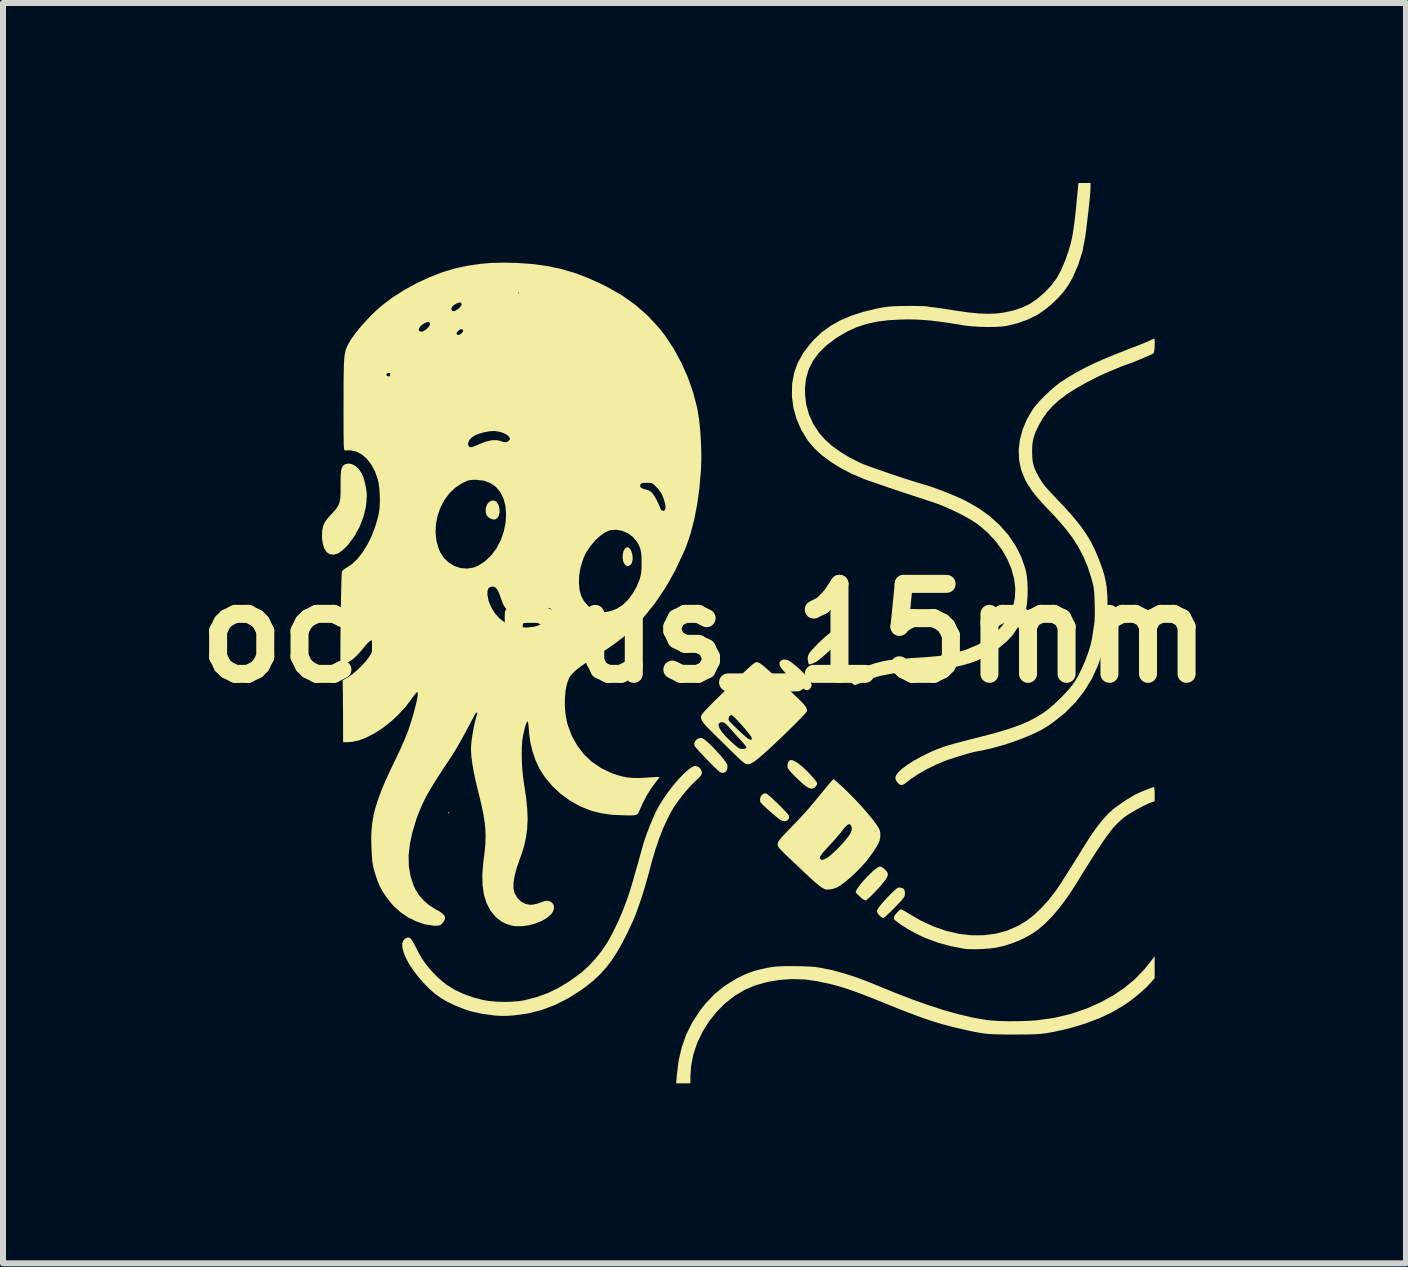
<source format=kicad_pcb>
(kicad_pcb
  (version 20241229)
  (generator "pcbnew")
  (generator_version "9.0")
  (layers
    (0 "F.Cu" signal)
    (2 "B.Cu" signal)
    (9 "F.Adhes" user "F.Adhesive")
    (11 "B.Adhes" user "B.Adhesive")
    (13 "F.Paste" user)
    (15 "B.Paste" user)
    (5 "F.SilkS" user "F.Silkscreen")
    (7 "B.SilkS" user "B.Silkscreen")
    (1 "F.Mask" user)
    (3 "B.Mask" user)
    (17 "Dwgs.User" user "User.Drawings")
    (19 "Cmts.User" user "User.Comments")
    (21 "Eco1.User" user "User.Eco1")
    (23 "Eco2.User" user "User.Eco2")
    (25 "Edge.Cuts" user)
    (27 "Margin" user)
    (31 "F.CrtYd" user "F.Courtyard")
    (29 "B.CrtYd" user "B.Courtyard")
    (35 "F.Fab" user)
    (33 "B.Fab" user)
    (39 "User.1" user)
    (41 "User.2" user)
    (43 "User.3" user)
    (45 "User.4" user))
  (footprint "octopus_15mm"
    (layer "F.Cu")
    (at 8.693 7.504)
    (property "Reference" "octopus_15mm" (at 0 0 0) (layer "F.SilkS") (effects (font (size 1.5 1.5) (thickness 0.3))))
    (attr board_only exclude_from_pos_files exclude_from_bom)
    (fp_poly (pts (xy -4.255 2.985) (xy -4.258 2.99) (xy -4.272 3.004) (xy -4.274 3.005) (xy -4.275 2.995) (xy -4.272 2.99) (xy -4.259 2.976) (xy -4.256 2.975)) (stroke (width 0) (type solid)) (fill yes) (layer "F.SilkS"))
    (fp_poly (pts (xy -1.267 -1.428) (xy -1.239 -1.403) (xy -1.217 -1.362) (xy -1.203 -1.31) (xy -1.197 -1.254) (xy -1.202 -1.201) (xy -1.219 -1.157) (xy -1.24 -1.133) (xy -1.275 -1.116) (xy -1.304 -1.123) (xy -1.333 -1.153) (xy -1.355 -1.197) (xy -1.364 -1.253) (xy -1.362 -1.313) (xy -1.35 -1.368) (xy -1.328 -1.41) (xy -1.3 -1.43)) (stroke (width 0) (type solid)) (fill yes) (layer "F.SilkS"))
    (fp_poly (pts (xy -3.471 -2.193) (xy -3.466 -2.189) (xy -3.434 -2.139) (xy -3.417 -2.075) (xy -3.416 -2.009) (xy -3.433 -1.95) (xy -3.445 -1.929) (xy -3.482 -1.898) (xy -3.526 -1.894) (xy -3.579 -1.915) (xy -3.587 -1.92) (xy -3.626 -1.955) (xy -3.646 -2.003) (xy -3.647 -2.068) (xy -3.645 -2.086) (xy -3.627 -2.141) (xy -3.595 -2.182) (xy -3.555 -2.207) (xy -3.511 -2.212)) (stroke (width 0) (type solid)) (fill yes) (layer "F.SilkS"))
    (fp_poly (pts (xy 1.465 2.117) (xy 1.515 2.139) (xy 1.576 2.18) (xy 1.646 2.239) (xy 1.722 2.311) (xy 1.8 2.396) (xy 1.812 2.409) (xy 1.849 2.454) (xy 1.87 2.484) (xy 1.878 2.505) (xy 1.875 2.523) (xy 1.868 2.537) (xy 1.834 2.579) (xy 1.791 2.594) (xy 1.738 2.581) (xy 1.691 2.552) (xy 1.638 2.509) (xy 1.58 2.458) (xy 1.523 2.403) (xy 1.469 2.348) (xy 1.425 2.299) (xy 1.395 2.259) (xy 1.384 2.238) (xy 1.383 2.191) (xy 1.397 2.148) (xy 1.423 2.119) (xy 1.429 2.116)) (stroke (width 0) (type solid)) (fill yes) (layer "F.SilkS"))
    (fp_poly (pts (xy 1.038 2.678) (xy 1.073 2.705) (xy 1.119 2.745) (xy 1.172 2.795) (xy 1.229 2.849) (xy 1.284 2.904) (xy 1.334 2.956) (xy 1.375 3.001) (xy 1.402 3.034) (xy 1.411 3.049) (xy 1.408 3.087) (xy 1.384 3.119) (xy 1.346 3.135) (xy 1.337 3.136) (xy 1.298 3.127) (xy 1.256 3.106) (xy 1.253 3.104) (xy 1.206 3.068) (xy 1.152 3.023) (xy 1.094 2.974) (xy 1.039 2.924) (xy 0.99 2.879) (xy 0.953 2.841) (xy 0.933 2.817) (xy 0.93 2.812) (xy 0.925 2.759) (xy 0.942 2.713) (xy 0.976 2.68) (xy 1.02 2.668)) (stroke (width 0) (type solid)) (fill yes) (layer "F.SilkS"))
    (fp_poly (pts (xy 1.365 0.443) (xy 1.397 0.454) (xy 1.436 0.478) (xy 1.489 0.518) (xy 1.498 0.525) (xy 1.578 0.594) (xy 1.651 0.664) (xy 1.713 0.733) (xy 1.757 0.793) (xy 1.771 0.818) (xy 1.786 0.854) (xy 1.785 0.88) (xy 1.773 0.906) (xy 1.748 0.938) (xy 1.717 0.95) (xy 1.678 0.942) (xy 1.626 0.912) (xy 1.565 0.867) (xy 1.5 0.811) (xy 1.434 0.75) (xy 1.373 0.689) (xy 1.32 0.632) (xy 1.279 0.582) (xy 1.256 0.546) (xy 1.252 0.536) (xy 1.251 0.488) (xy 1.274 0.455) (xy 1.319 0.44) (xy 1.333 0.44)) (stroke (width 0) (type solid)) (fill yes) (layer "F.SilkS"))
    (fp_poly (pts (xy -0.041 1.749) (xy -0.011 1.765) (xy 0.033 1.8) (xy 0.086 1.848) (xy 0.145 1.906) (xy 0.205 1.97) (xy 0.263 2.033) (xy 0.313 2.093) (xy 0.352 2.145) (xy 0.376 2.184) (xy 0.382 2.2) (xy 0.381 2.261) (xy 0.36 2.305) (xy 0.321 2.327) (xy 0.296 2.33) (xy 0.278 2.326) (xy 0.254 2.312) (xy 0.221 2.285) (xy 0.176 2.243) (xy 0.117 2.185) (xy 0.051 2.118) (xy -0.012 2.051) (xy -0.069 1.991) (xy -0.115 1.94) (xy -0.148 1.902) (xy -0.165 1.881) (xy -0.166 1.879) (xy -0.171 1.837) (xy -0.153 1.797) (xy -0.12 1.764) (xy -0.077 1.748)) (stroke (width 0) (type solid)) (fill yes) (layer "F.SilkS"))
    (fp_poly (pts (xy 2.975 3.911) (xy 2.996 3.929) (xy 3.038 3.971) (xy 3.057 4.008) (xy 3.053 4.048) (xy 3.027 4.096) (xy 3.003 4.129) (xy 2.958 4.185) (xy 2.907 4.244) (xy 2.853 4.303) (xy 2.799 4.358) (xy 2.752 4.404) (xy 2.713 4.438) (xy 2.688 4.455) (xy 2.683 4.456) (xy 2.661 4.446) (xy 2.625 4.422) (xy 2.59 4.392) (xy 2.554 4.358) (xy 2.529 4.331) (xy 2.521 4.318) (xy 2.531 4.286) (xy 2.56 4.24) (xy 2.602 4.184) (xy 2.654 4.123) (xy 2.711 4.06) (xy 2.77 4.002) (xy 2.825 3.951) (xy 2.874 3.914) (xy 2.911 3.893) (xy 2.912 3.893) (xy 2.94 3.892)) (stroke (width 0) (type solid)) (fill yes) (layer "F.SilkS"))
    (fp_poly (pts (xy 2.301 -0.067) (xy 2.339 -0.042) (xy 2.357 -0.008) (xy 2.357 0.008) (xy 2.345 0.028) (xy 2.314 0.064) (xy 2.269 0.112) (xy 2.213 0.168) (xy 2.151 0.229) (xy 2.085 0.29) (xy 2.02 0.349) (xy 1.96 0.402) (xy 1.909 0.444) (xy 1.87 0.473) (xy 1.854 0.482) (xy 1.798 0.508) (xy 1.762 0.52) (xy 1.741 0.517) (xy 1.731 0.496) (xy 1.724 0.458) (xy 1.723 0.453) (xy 1.72 0.418) (xy 1.724 0.386) (xy 1.736 0.354) (xy 1.759 0.318) (xy 1.796 0.273) (xy 1.85 0.217) (xy 1.915 0.151) (xy 2.016 0.057) (xy 2.102 -0.012) (xy 2.175 -0.056) (xy 2.235 -0.075) (xy 2.25 -0.076)) (stroke (width 0) (type solid)) (fill yes) (layer "F.SilkS"))
    (fp_poly (pts (xy 3.272 4.242) (xy 3.312 4.255) (xy 3.333 4.279) (xy 3.341 4.322) (xy 3.341 4.342) (xy 3.34 4.364) (xy 3.334 4.386) (xy 3.319 4.41) (xy 3.294 4.442) (xy 3.256 4.485) (xy 3.201 4.543) (xy 3.171 4.573) (xy 3.113 4.632) (xy 3.061 4.682) (xy 3.019 4.72) (xy 2.99 4.743) (xy 2.979 4.749) (xy 2.956 4.739) (xy 2.925 4.715) (xy 2.916 4.706) (xy 2.888 4.672) (xy 2.874 4.64) (xy 2.873 4.633) (xy 2.883 4.607) (xy 2.911 4.564) (xy 2.954 4.51) (xy 3.009 4.448) (xy 3.071 4.382) (xy 3.135 4.318) (xy 3.181 4.276) (xy 3.213 4.251) (xy 3.237 4.24) (xy 3.26 4.24)) (stroke (width 0) (type solid)) (fill yes) (layer "F.SilkS"))
    (fp_poly (pts (xy -5.878 -2.818) (xy -5.816 -2.785) (xy -5.759 -2.731) (xy -5.712 -2.66) (xy -5.71 -2.656) (xy -5.683 -2.59) (xy -5.66 -2.507) (xy -5.641 -2.416) (xy -5.63 -2.33) (xy -5.628 -2.285) (xy -5.642 -2.119) (xy -5.681 -1.95) (xy -5.744 -1.784) (xy -5.828 -1.627) (xy -5.931 -1.485) (xy -5.96 -1.453) (xy -6.039 -1.376) (xy -6.112 -1.328) (xy -6.181 -1.308) (xy -6.245 -1.316) (xy -6.253 -1.319) (xy -6.3 -1.353) (xy -6.337 -1.411) (xy -6.362 -1.489) (xy -6.375 -1.583) (xy -6.376 -1.619) (xy -6.372 -1.711) (xy -6.357 -1.785) (xy -6.328 -1.85) (xy -6.281 -1.915) (xy -6.23 -1.972) (xy -6.173 -2.032) (xy -6.13 -2.085) (xy -6.101 -2.135) (xy -6.081 -2.189) (xy -6.07 -2.253) (xy -6.066 -2.333) (xy -6.066 -2.434) (xy -6.066 -2.457) (xy -6.066 -2.567) (xy -6.063 -2.652) (xy -6.056 -2.715) (xy -6.043 -2.759) (xy -6.025 -2.79) (xy -6.001 -2.811) (xy -5.997 -2.813) (xy -5.939 -2.828)) (stroke (width 0) (type solid)) (fill yes) (layer "F.SilkS"))
    (fp_poly (pts (xy 2.165 2.443) (xy 2.197 2.469) (xy 2.241 2.509) (xy 2.295 2.558) (xy 2.33 2.591) (xy 2.414 2.673) (xy 2.504 2.765) (xy 2.594 2.862) (xy 2.68 2.958) (xy 2.758 3.05) (xy 2.823 3.131) (xy 2.872 3.197) (xy 2.872 3.198) (xy 2.904 3.249) (xy 2.922 3.289) (xy 2.93 3.328) (xy 2.931 3.37) (xy 2.928 3.414) (xy 2.918 3.459) (xy 2.898 3.507) (xy 2.865 3.565) (xy 2.819 3.637) (xy 2.764 3.714) (xy 2.697 3.801) (xy 2.617 3.892) (xy 2.529 3.982) (xy 2.439 4.067) (xy 2.351 4.141) (xy 2.271 4.201) (xy 2.213 4.236) (xy 2.151 4.26) (xy 2.085 4.272) (xy 2.028 4.272) (xy 2.015 4.27) (xy 1.986 4.258) (xy 1.951 4.237) (xy 1.907 4.205) (xy 1.851 4.159) (xy 1.782 4.097) (xy 1.696 4.018) (xy 1.641 3.966) (xy 1.574 3.902) (xy 1.497 3.83) (xy 1.424 3.76) (xy 1.409 3.747) (xy 1.923 3.747) (xy 1.926 3.761) (xy 1.946 3.779) (xy 1.985 3.775) (xy 2.04 3.748) (xy 2.053 3.74) (xy 2.098 3.705) (xy 2.154 3.655) (xy 2.217 3.595) (xy 2.28 3.529) (xy 2.338 3.463) (xy 2.387 3.404) (xy 2.422 3.355) (xy 2.431 3.338) (xy 2.452 3.289) (xy 2.456 3.253) (xy 2.451 3.228) (xy 2.434 3.194) (xy 2.411 3.183) (xy 2.38 3.197) (xy 2.34 3.236) (xy 2.301 3.286) (xy 2.258 3.339) (xy 2.202 3.405) (xy 2.141 3.475) (xy 2.086 3.535) (xy 2.021 3.605) (xy 1.974 3.658) (xy 1.944 3.697) (xy 1.928 3.725) (xy 1.923 3.747) (xy 1.409 3.747) (xy 1.391 3.729) (xy 1.339 3.679) (xy 1.293 3.632) (xy 1.258 3.596) (xy 1.241 3.576) (xy 1.226 3.551) (xy 1.218 3.527) (xy 1.22 3.502) (xy 1.233 3.472) (xy 1.26 3.434) (xy 1.302 3.385) (xy 1.362 3.322) (xy 1.44 3.242) (xy 1.441 3.241) (xy 1.513 3.166) (xy 1.578 3.098) (xy 1.638 3.033) (xy 1.698 2.967) (xy 1.76 2.895) (xy 1.829 2.813) (xy 1.909 2.717) (xy 2.002 2.603) (xy 2.019 2.582) (xy 2.065 2.526) (xy 2.105 2.48) (xy 2.134 2.448) (xy 2.15 2.433) (xy 2.151 2.433)) (stroke (width 0) (type solid)) (fill yes) (layer "F.SilkS"))
    (fp_poly (pts (xy 7.498 2.578) (xy 7.502 2.614) (xy 7.504 2.666) (xy 7.504 2.683) (xy 7.504 2.801) (xy 7.457 2.817) (xy 7.393 2.843) (xy 7.314 2.881) (xy 7.227 2.927) (xy 7.141 2.975) (xy 7.063 3.023) (xy 7.002 3.064) (xy 6.999 3.067) (xy 6.938 3.119) (xy 6.872 3.181) (xy 6.815 3.242) (xy 6.81 3.247) (xy 6.757 3.315) (xy 6.691 3.405) (xy 6.615 3.516) (xy 6.529 3.645) (xy 6.437 3.788) (xy 6.339 3.944) (xy 6.237 4.11) (xy 6.221 4.137) (xy 6.083 4.352) (xy 5.945 4.542) (xy 5.807 4.709) (xy 5.67 4.848) (xy 5.555 4.946) (xy 5.429 5.03) (xy 5.283 5.106) (xy 5.127 5.17) (xy 4.968 5.219) (xy 4.837 5.246) (xy 4.751 5.256) (xy 4.654 5.263) (xy 4.554 5.268) (xy 4.46 5.268) (xy 4.38 5.266) (xy 4.331 5.261) (xy 4.099 5.216) (xy 3.885 5.157) (xy 3.682 5.081) (xy 3.596 5.042) (xy 3.518 5.003) (xy 3.437 4.959) (xy 3.359 4.913) (xy 3.288 4.868) (xy 3.228 4.826) (xy 3.184 4.792) (xy 3.16 4.766) (xy 3.158 4.762) (xy 3.159 4.727) (xy 3.168 4.708) (xy 3.205 4.662) (xy 3.24 4.626) (xy 3.267 4.605) (xy 3.276 4.602) (xy 3.295 4.61) (xy 3.331 4.63) (xy 3.378 4.658) (xy 3.386 4.663) (xy 3.599 4.788) (xy 3.813 4.888) (xy 4.028 4.962) (xy 4.242 5.012) (xy 4.453 5.036) (xy 4.658 5.035) (xy 4.857 5.009) (xy 5.047 4.957) (xy 5.227 4.879) (xy 5.371 4.792) (xy 5.489 4.7) (xy 5.611 4.585) (xy 5.731 4.454) (xy 5.843 4.312) (xy 5.943 4.166) (xy 5.945 4.162) (xy 5.976 4.112) (xy 6.018 4.046) (xy 6.065 3.972) (xy 6.111 3.899) (xy 6.111 3.899) (xy 6.162 3.819) (xy 6.217 3.73) (xy 6.27 3.645) (xy 6.307 3.584) (xy 6.422 3.402) (xy 6.529 3.247) (xy 6.63 3.118) (xy 6.725 3.013) (xy 6.806 2.94) (xy 6.879 2.884) (xy 6.965 2.823) (xy 7.055 2.764) (xy 7.14 2.713) (xy 7.193 2.684) (xy 7.233 2.665) (xy 7.285 2.642) (xy 7.344 2.618) (xy 7.401 2.596) (xy 7.45 2.578) (xy 7.483 2.567) (xy 7.493 2.565)) (stroke (width 0) (type solid)) (fill yes) (layer "F.SilkS"))
    (fp_poly (pts (xy -0.106 2.226) (xy -0.067 2.26) (xy -0.046 2.305) (xy -0.044 2.322) (xy -0.047 2.347) (xy -0.059 2.372) (xy -0.084 2.402) (xy -0.125 2.442) (xy -0.15 2.465) (xy -0.22 2.533) (xy -0.296 2.618) (xy -0.374 2.711) (xy -0.446 2.807) (xy -0.508 2.896) (xy -0.547 2.961) (xy -0.624 3.11) (xy -0.694 3.264) (xy -0.758 3.428) (xy -0.818 3.606) (xy -0.877 3.804) (xy -0.921 3.972) (xy -0.955 4.096) (xy -0.993 4.228) (xy -1.034 4.362) (xy -1.077 4.491) (xy -1.118 4.609) (xy -1.156 4.711) (xy -1.187 4.785) (xy -1.281 4.988) (xy -1.372 5.166) (xy -1.461 5.322) (xy -1.551 5.459) (xy -1.645 5.581) (xy -1.745 5.691) (xy -1.853 5.792) (xy -1.972 5.888) (xy -2.056 5.949) (xy -2.273 6.087) (xy -2.49 6.196) (xy -2.71 6.28) (xy -2.937 6.338) (xy -3.175 6.371) (xy -3.29 6.379) (xy -3.351 6.38) (xy -3.424 6.378) (xy -3.495 6.373) (xy -3.496 6.373) (xy -3.709 6.345) (xy -3.902 6.301) (xy -4.012 6.264) (xy -4.162 6.204) (xy -4.289 6.143) (xy -4.4 6.077) (xy -4.502 6.003) (xy -4.6 5.915) (xy -4.661 5.852) (xy -4.761 5.741) (xy -4.847 5.63) (xy -4.918 5.523) (xy -4.974 5.422) (xy -5.013 5.329) (xy -5.035 5.246) (xy -5.038 5.177) (xy -5.02 5.124) (xy -4.996 5.096) (xy -4.96 5.076) (xy -4.929 5.073) (xy -4.9 5.09) (xy -4.869 5.129) (xy -4.833 5.194) (xy -4.817 5.225) (xy -4.762 5.334) (xy -4.709 5.425) (xy -4.654 5.505) (xy -4.59 5.585) (xy -4.557 5.624) (xy -4.434 5.75) (xy -4.306 5.855) (xy -4.169 5.942) (xy -4.017 6.014) (xy -3.846 6.074) (xy -3.702 6.112) (xy -3.6 6.13) (xy -3.479 6.142) (xy -3.349 6.146) (xy -3.218 6.144) (xy -3.097 6.134) (xy -3.005 6.12) (xy -2.805 6.069) (xy -2.616 6.001) (xy -2.435 5.914) (xy -2.254 5.804) (xy -2.069 5.67) (xy -2.04 5.647) (xy -1.934 5.552) (xy -1.826 5.436) (xy -1.724 5.31) (xy -1.635 5.181) (xy -1.61 5.141) (xy -1.522 4.979) (xy -1.435 4.797) (xy -1.353 4.604) (xy -1.281 4.41) (xy -1.221 4.225) (xy -1.22 4.221) (xy -1.185 4.102) (xy -1.148 3.97) (xy -1.109 3.835) (xy -1.073 3.705) (xy -1.041 3.591) (xy -1.032 3.557) (xy -1.002 3.457) (xy -0.961 3.341) (xy -0.914 3.218) (xy -0.864 3.097) (xy -0.815 2.986) (xy -0.814 2.985) (xy -0.765 2.891) (xy -0.705 2.791) (xy -0.637 2.691) (xy -0.564 2.592) (xy -0.488 2.498) (xy -0.413 2.413) (xy -0.341 2.339) (xy -0.274 2.279) (xy -0.216 2.237) (xy -0.169 2.215) (xy -0.154 2.213)) (stroke (width 0) (type solid)) (fill yes) (layer "F.SilkS"))
    (fp_poly (pts (xy 7.504 5.568) (xy 7.504 5.75) (xy 7.435 5.83) (xy 7.375 5.894) (xy 7.296 5.967) (xy 7.205 6.044) (xy 7.108 6.12) (xy 7.013 6.188) (xy 6.977 6.212) (xy 6.784 6.324) (xy 6.568 6.424) (xy 6.333 6.512) (xy 6.082 6.587) (xy 5.821 6.646) (xy 5.723 6.664) (xy 5.667 6.672) (xy 5.609 6.679) (xy 5.545 6.684) (xy 5.47 6.687) (xy 5.379 6.689) (xy 5.267 6.69) (xy 5.144 6.69) (xy 5.011 6.69) (xy 4.9 6.688) (xy 4.806 6.685) (xy 4.722 6.679) (xy 4.642 6.67) (xy 4.561 6.657) (xy 4.471 6.64) (xy 4.366 6.617) (xy 4.241 6.588) (xy 4.206 6.58) (xy 4.095 6.553) (xy 3.99 6.525) (xy 3.886 6.495) (xy 3.78 6.462) (xy 3.669 6.425) (xy 3.548 6.381) (xy 3.413 6.33) (xy 3.26 6.271) (xy 3.086 6.201) (xy 3.027 6.177) (xy 2.857 6.109) (xy 2.71 6.051) (xy 2.582 6.002) (xy 2.469 5.961) (xy 2.368 5.926) (xy 2.275 5.896) (xy 2.185 5.871) (xy 2.094 5.848) (xy 2 5.827) (xy 1.898 5.806) (xy 1.876 5.801) (xy 1.667 5.772) (xy 1.454 5.766) (xy 1.242 5.781) (xy 1.036 5.817) (xy 0.841 5.873) (xy 0.674 5.944) (xy 0.503 6.045) (xy 0.344 6.17) (xy 0.201 6.314) (xy 0.074 6.474) (xy -0.034 6.647) (xy -0.121 6.83) (xy -0.185 7.019) (xy -0.223 7.212) (xy -0.234 7.383) (xy -0.235 7.504) (xy -0.353 7.504) (xy -0.472 7.504) (xy -0.462 7.376) (xy -0.432 7.13) (xy -0.379 6.902) (xy -0.303 6.689) (xy -0.203 6.487) (xy -0.077 6.294) (xy 0.017 6.174) (xy 0.172 6.012) (xy 0.346 5.873) (xy 0.538 5.755) (xy 0.568 5.74) (xy 0.663 5.694) (xy 0.747 5.659) (xy 0.829 5.631) (xy 0.922 5.606) (xy 1.004 5.588) (xy 1.07 5.574) (xy 1.128 5.565) (xy 1.185 5.558) (xy 1.248 5.554) (xy 1.324 5.551) (xy 1.419 5.55) (xy 1.473 5.55) (xy 1.625 5.552) (xy 1.751 5.557) (xy 1.856 5.566) (xy 1.916 5.575) (xy 2.115 5.614) (xy 2.329 5.672) (xy 2.552 5.744) (xy 2.778 5.831) (xy 2.829 5.852) (xy 3.153 5.985) (xy 3.455 6.102) (xy 3.736 6.202) (xy 3.996 6.286) (xy 4.236 6.353) (xy 4.458 6.405) (xy 4.663 6.442) (xy 4.713 6.449) (xy 4.815 6.459) (xy 4.939 6.465) (xy 5.076 6.469) (xy 5.22 6.468) (xy 5.362 6.464) (xy 5.496 6.457) (xy 5.531 6.454) (xy 5.819 6.415) (xy 6.103 6.348) (xy 6.379 6.253) (xy 6.596 6.157) (xy 6.809 6.041) (xy 6.997 5.914) (xy 7.167 5.774) (xy 7.323 5.614) (xy 7.47 5.432) (xy 7.471 5.43) (xy 7.503 5.386)) (stroke (width 0) (type solid)) (fill yes) (layer "F.SilkS"))
    (fp_poly (pts (xy 0.887 0.487) (xy 0.913 0.497) (xy 0.944 0.516) (xy 0.984 0.546) (xy 1.035 0.59) (xy 1.1 0.648) (xy 1.18 0.724) (xy 1.261 0.802) (xy 1.336 0.874) (xy 1.41 0.945) (xy 1.478 1.01) (xy 1.536 1.065) (xy 1.578 1.105) (xy 1.588 1.115) (xy 1.655 1.182) (xy 1.695 1.238) (xy 1.71 1.283) (xy 1.708 1.303) (xy 1.695 1.321) (xy 1.664 1.356) (xy 1.617 1.405) (xy 1.557 1.466) (xy 1.488 1.536) (xy 1.411 1.612) (xy 1.33 1.691) (xy 1.248 1.77) (xy 1.167 1.846) (xy 1.091 1.917) (xy 1.07 1.936) (xy 0.982 2.016) (xy 0.911 2.077) (xy 0.855 2.122) (xy 0.81 2.153) (xy 0.774 2.172) (xy 0.744 2.182) (xy 0.722 2.184) (xy 0.704 2.182) (xy 0.685 2.177) (xy 0.663 2.164) (xy 0.635 2.143) (xy 0.597 2.11) (xy 0.547 2.063) (xy 0.482 2) (xy 0.412 1.931) (xy 0.338 1.858) (xy 0.269 1.79) (xy 0.208 1.73) (xy 0.158 1.681) (xy 0.123 1.647) (xy 0.111 1.634) (xy 0.041 1.564) (xy 0.023 1.543) (xy 0.235 1.543) (xy 0.254 1.592) (xy 0.294 1.652) (xy 0.355 1.723) (xy 0.421 1.788) (xy 0.474 1.836) (xy 0.521 1.878) (xy 0.558 1.907) (xy 0.579 1.921) (xy 0.617 1.93) (xy 0.657 1.929) (xy 0.689 1.92) (xy 0.7 1.909) (xy 0.693 1.892) (xy 0.669 1.859) (xy 0.633 1.815) (xy 0.598 1.777) (xy 0.544 1.719) (xy 0.488 1.657) (xy 0.439 1.602) (xy 0.42 1.58) (xy 0.371 1.527) (xy 0.333 1.495) (xy 0.299 1.483) (xy 0.265 1.487) (xy 0.264 1.488) (xy 0.238 1.508) (xy 0.235 1.543) (xy 0.023 1.543) (xy -0.008 1.508) (xy -0.039 1.463) (xy -0.049 1.441) (xy 0.4 1.441) (xy 0.402 1.448) (xy 0.415 1.466) (xy 0.446 1.5) (xy 0.489 1.544) (xy 0.54 1.593) (xy 0.594 1.644) (xy 0.646 1.691) (xy 0.691 1.731) (xy 0.726 1.758) (xy 0.731 1.762) (xy 0.766 1.777) (xy 0.787 1.771) (xy 0.788 1.746) (xy 0.778 1.726) (xy 0.752 1.689) (xy 0.714 1.641) (xy 0.668 1.586) (xy 0.618 1.529) (xy 0.568 1.473) (xy 0.522 1.425) (xy 0.485 1.388) (xy 0.46 1.367) (xy 0.452 1.363) (xy 0.424 1.376) (xy 0.405 1.406) (xy 0.4 1.441) (xy -0.049 1.441) (xy -0.055 1.427) (xy -0.059 1.401) (xy -0.057 1.388) (xy -0.053 1.373) (xy -0.042 1.355) (xy -0.024 1.331) (xy 0.003 1.299) (xy 0.041 1.259) (xy 0.092 1.206) (xy 0.157 1.14) (xy 0.24 1.059) (xy 0.34 0.96) (xy 0.384 0.917) (xy 0.496 0.808) (xy 0.589 0.717) (xy 0.666 0.644) (xy 0.727 0.587) (xy 0.775 0.544) (xy 0.811 0.514) (xy 0.837 0.495) (xy 0.855 0.486) (xy 0.865 0.484)) (stroke (width 0) (type solid)) (fill yes) (layer "F.SilkS"))
    (fp_poly (pts (xy 7.502 -4.897) (xy 7.505 -4.863) (xy 7.505 -4.816) (xy 7.503 -4.764) (xy 7.498 -4.716) (xy 7.492 -4.68) (xy 7.486 -4.665) (xy 7.465 -4.653) (xy 7.422 -4.633) (xy 7.364 -4.608) (xy 7.298 -4.579) (xy 7.228 -4.55) (xy 7.162 -4.523) (xy 7.105 -4.501) (xy 7.063 -4.486) (xy 7.057 -4.484) (xy 7.009 -4.468) (xy 6.94 -4.441) (xy 6.859 -4.408) (xy 6.772 -4.372) (xy 6.685 -4.334) (xy 6.605 -4.298) (xy 6.54 -4.267) (xy 6.538 -4.267) (xy 6.344 -4.166) (xy 6.176 -4.07) (xy 6.031 -3.976) (xy 5.907 -3.882) (xy 5.802 -3.785) (xy 5.712 -3.684) (xy 5.635 -3.576) (xy 5.569 -3.459) (xy 5.566 -3.452) (xy 5.521 -3.358) (xy 5.491 -3.278) (xy 5.473 -3.202) (xy 5.463 -3.12) (xy 5.461 -3.027) (xy 5.464 -2.923) (xy 5.475 -2.837) (xy 5.497 -2.759) (xy 5.533 -2.678) (xy 5.564 -2.621) (xy 5.594 -2.569) (xy 5.621 -2.525) (xy 5.65 -2.484) (xy 5.683 -2.442) (xy 5.726 -2.393) (xy 5.78 -2.334) (xy 5.851 -2.26) (xy 5.867 -2.242) (xy 6.003 -2.099) (xy 6.119 -1.97) (xy 6.217 -1.852) (xy 6.301 -1.742) (xy 6.374 -1.636) (xy 6.437 -1.529) (xy 6.494 -1.418) (xy 6.546 -1.299) (xy 6.585 -1.202) (xy 6.629 -1.081) (xy 6.663 -0.973) (xy 6.687 -0.869) (xy 6.704 -0.763) (xy 6.714 -0.646) (xy 6.718 -0.511) (xy 6.719 -0.425) (xy 6.717 -0.261) (xy 6.711 -0.12) (xy 6.701 0.002) (xy 6.685 0.113) (xy 6.663 0.216) (xy 6.645 0.286) (xy 6.561 0.533) (xy 6.457 0.759) (xy 6.331 0.966) (xy 6.183 1.154) (xy 6.011 1.327) (xy 5.815 1.484) (xy 5.705 1.56) (xy 5.596 1.623) (xy 5.463 1.687) (xy 5.312 1.75) (xy 5.15 1.81) (xy 4.981 1.865) (xy 4.812 1.912) (xy 4.647 1.951) (xy 4.529 1.973) (xy 4.482 1.983) (xy 4.413 2.001) (xy 4.331 2.025) (xy 4.242 2.052) (xy 4.153 2.08) (xy 4.071 2.107) (xy 4.002 2.132) (xy 3.851 2.196) (xy 3.702 2.269) (xy 3.564 2.348) (xy 3.442 2.429) (xy 3.373 2.482) (xy 3.325 2.518) (xy 3.288 2.533) (xy 3.256 2.525) (xy 3.222 2.497) (xy 3.22 2.494) (xy 3.192 2.454) (xy 3.181 2.415) (xy 3.18 2.414) (xy 3.194 2.368) (xy 3.234 2.315) (xy 3.298 2.256) (xy 3.385 2.192) (xy 3.492 2.124) (xy 3.618 2.055) (xy 3.712 2.008) (xy 3.773 1.979) (xy 3.83 1.954) (xy 3.886 1.931) (xy 3.945 1.909) (xy 4.009 1.887) (xy 4.084 1.864) (xy 4.171 1.839) (xy 4.275 1.812) (xy 4.4 1.779) (xy 4.547 1.742) (xy 4.617 1.724) (xy 4.824 1.67) (xy 5.005 1.617) (xy 5.164 1.565) (xy 5.303 1.512) (xy 5.428 1.456) (xy 5.54 1.396) (xy 5.644 1.331) (xy 5.679 1.307) (xy 5.755 1.248) (xy 5.839 1.174) (xy 5.927 1.091) (xy 6.011 1.005) (xy 6.086 0.921) (xy 6.145 0.846) (xy 6.164 0.82) (xy 6.227 0.715) (xy 6.288 0.593) (xy 6.345 0.461) (xy 6.395 0.328) (xy 6.434 0.202) (xy 6.46 0.089) (xy 6.463 0.067) (xy 6.473 0.003) (xy 6.484 -0.071) (xy 6.493 -0.125) (xy 6.502 -0.2) (xy 6.506 -0.304) (xy 6.505 -0.436) (xy 6.504 -0.491) (xy 6.5 -0.588) (xy 6.497 -0.663) (xy 6.491 -0.723) (xy 6.484 -0.776) (xy 6.473 -0.827) (xy 6.457 -0.886) (xy 6.443 -0.934) (xy 6.386 -1.11) (xy 6.317 -1.274) (xy 6.236 -1.43) (xy 6.138 -1.584) (xy 6.021 -1.739) (xy 5.883 -1.899) (xy 5.769 -2.021) (xy 5.665 -2.13) (xy 5.58 -2.224) (xy 5.51 -2.307) (xy 5.453 -2.382) (xy 5.404 -2.454) (xy 5.361 -2.528) (xy 5.337 -2.576) (xy 5.277 -2.727) (xy 5.244 -2.887) (xy 5.237 -3.054) (xy 5.257 -3.223) (xy 5.303 -3.394) (xy 5.374 -3.564) (xy 5.471 -3.729) (xy 5.471 -3.73) (xy 5.523 -3.797) (xy 5.592 -3.876) (xy 5.673 -3.958) (xy 5.759 -4.04) (xy 5.845 -4.114) (xy 5.923 -4.176) (xy 5.951 -4.194) (xy 6.077 -4.274) (xy 6.206 -4.35) (xy 6.343 -4.423) (xy 6.491 -4.495) (xy 6.655 -4.568) (xy 6.838 -4.644) (xy 7.045 -4.726) (xy 7.089 -4.743) (xy 7.179 -4.777) (xy 7.262 -4.81) (xy 7.335 -4.839) (xy 7.392 -4.863) (xy 7.427 -4.879) (xy 7.429 -4.88) (xy 7.467 -4.898) (xy 7.492 -4.909) (xy 7.496 -4.91)) (stroke (width 0) (type solid)) (fill yes) (layer "F.SilkS"))
    (fp_poly (pts (xy 6.434 -7.423) (xy 6.432 -7.365) (xy 6.425 -7.28) (xy 6.414 -7.167) (xy 6.399 -7.028) (xy 6.379 -6.864) (xy 6.356 -6.675) (xy 6.345 -6.597) (xy 6.301 -6.365) (xy 6.227 -6.134) (xy 6.137 -5.929) (xy 6.069 -5.808) (xy 5.989 -5.695) (xy 5.893 -5.586) (xy 5.776 -5.475) (xy 5.687 -5.401) (xy 5.552 -5.308) (xy 5.395 -5.23) (xy 5.22 -5.167) (xy 5.035 -5.122) (xy 4.951 -5.111) (xy 4.846 -5.105) (xy 4.727 -5.103) (xy 4.602 -5.106) (xy 4.478 -5.113) (xy 4.362 -5.125) (xy 4.287 -5.136) (xy 4.094 -5.168) (xy 3.923 -5.192) (xy 3.77 -5.211) (xy 3.629 -5.222) (xy 3.494 -5.229) (xy 3.36 -5.23) (xy 3.276 -5.228) (xy 3.063 -5.216) (xy 2.873 -5.192) (xy 2.7 -5.154) (xy 2.54 -5.101) (xy 2.386 -5.032) (xy 2.234 -4.944) (xy 2.188 -4.914) (xy 2.034 -4.798) (xy 1.907 -4.673) (xy 1.808 -4.539) (xy 1.736 -4.395) (xy 1.692 -4.241) (xy 1.674 -4.077) (xy 1.676 -3.981) (xy 1.697 -3.804) (xy 1.743 -3.641) (xy 1.813 -3.488) (xy 1.911 -3.338) (xy 1.914 -3.333) (xy 2.006 -3.229) (xy 2.122 -3.125) (xy 2.258 -3.026) (xy 2.411 -2.932) (xy 2.575 -2.849) (xy 2.626 -2.826) (xy 2.681 -2.804) (xy 2.759 -2.775) (xy 2.856 -2.74) (xy 2.966 -2.702) (xy 3.084 -2.661) (xy 3.206 -2.62) (xy 3.327 -2.58) (xy 3.441 -2.544) (xy 3.544 -2.511) (xy 3.63 -2.485) (xy 3.679 -2.471) (xy 3.761 -2.446) (xy 3.861 -2.411) (xy 3.974 -2.369) (xy 4.09 -2.323) (xy 4.203 -2.275) (xy 4.305 -2.229) (xy 4.364 -2.2) (xy 4.57 -2.083) (xy 4.756 -1.949) (xy 4.922 -1.799) (xy 5.065 -1.635) (xy 5.185 -1.459) (xy 5.28 -1.273) (xy 5.347 -1.078) (xy 5.36 -1.029) (xy 5.374 -0.946) (xy 5.383 -0.845) (xy 5.387 -0.736) (xy 5.385 -0.625) (xy 5.378 -0.522) (xy 5.367 -0.435) (xy 5.358 -0.396) (xy 5.325 -0.304) (xy 5.279 -0.202) (xy 5.223 -0.099) (xy 5.163 -0.005) (xy 5.127 0.043) (xy 5.04 0.136) (xy 4.93 0.229) (xy 4.806 0.316) (xy 4.674 0.394) (xy 4.541 0.458) (xy 4.435 0.497) (xy 4.292 0.537) (xy 4.151 0.569) (xy 4.004 0.594) (xy 3.842 0.612) (xy 3.708 0.623) (xy 3.569 0.633) (xy 3.455 0.641) (xy 3.362 0.648) (xy 3.287 0.655) (xy 3.226 0.661) (xy 3.174 0.667) (xy 3.128 0.674) (xy 3.085 0.681) (xy 2.928 0.713) (xy 2.793 0.75) (xy 2.673 0.796) (xy 2.635 0.813) (xy 2.582 0.837) (xy 2.538 0.855) (xy 2.511 0.864) (xy 2.508 0.865) (xy 2.486 0.855) (xy 2.456 0.831) (xy 2.447 0.822) (xy 2.416 0.784) (xy 2.405 0.749) (xy 2.415 0.715) (xy 2.449 0.68) (xy 2.508 0.641) (xy 2.593 0.596) (xy 2.598 0.594) (xy 2.709 0.546) (xy 2.835 0.504) (xy 2.963 0.47) (xy 3.082 0.449) (xy 3.104 0.447) (xy 3.226 0.435) (xy 3.326 0.426) (xy 3.409 0.419) (xy 3.481 0.413) (xy 3.55 0.409) (xy 3.622 0.405) (xy 3.657 0.403) (xy 3.906 0.381) (xy 4.138 0.339) (xy 4.351 0.278) (xy 4.544 0.199) (xy 4.715 0.101) (xy 4.805 0.035) (xy 4.922 -0.075) (xy 5.021 -0.2) (xy 5.098 -0.337) (xy 5.151 -0.479) (xy 5.173 -0.581) (xy 5.181 -0.74) (xy 5.162 -0.902) (xy 5.118 -1.066) (xy 5.05 -1.228) (xy 4.961 -1.386) (xy 4.851 -1.535) (xy 4.723 -1.673) (xy 4.578 -1.797) (xy 4.504 -1.85) (xy 4.409 -1.908) (xy 4.295 -1.971) (xy 4.168 -2.034) (xy 4.038 -2.093) (xy 3.913 -2.145) (xy 3.803 -2.184) (xy 3.693 -2.22) (xy 3.572 -2.26) (xy 3.443 -2.302) (xy 3.311 -2.346) (xy 3.18 -2.39) (xy 3.054 -2.432) (xy 2.937 -2.472) (xy 2.834 -2.508) (xy 2.747 -2.538) (xy 2.682 -2.561) (xy 2.655 -2.571) (xy 2.457 -2.655) (xy 2.272 -2.751) (xy 2.104 -2.856) (xy 1.955 -2.967) (xy 1.828 -3.084) (xy 1.728 -3.203) (xy 1.726 -3.205) (xy 1.617 -3.381) (xy 1.536 -3.565) (xy 1.482 -3.756) (xy 1.457 -3.952) (xy 1.461 -4.153) (xy 1.465 -4.184) (xy 1.497 -4.349) (xy 1.556 -4.508) (xy 1.642 -4.664) (xy 1.757 -4.817) (xy 1.829 -4.897) (xy 1.958 -5.018) (xy 2.103 -5.123) (xy 2.265 -5.214) (xy 2.447 -5.292) (xy 2.651 -5.357) (xy 2.88 -5.412) (xy 2.983 -5.431) (xy 3.057 -5.442) (xy 3.148 -5.449) (xy 3.258 -5.453) (xy 3.392 -5.454) (xy 3.405 -5.454) (xy 3.494 -5.454) (xy 3.573 -5.452) (xy 3.638 -5.451) (xy 3.683 -5.449) (xy 3.704 -5.447) (xy 3.705 -5.447) (xy 3.724 -5.443) (xy 3.764 -5.437) (xy 3.816 -5.431) (xy 3.818 -5.431) (xy 3.867 -5.425) (xy 3.938 -5.415) (xy 4.023 -5.403) (xy 4.115 -5.388) (xy 4.184 -5.377) (xy 4.385 -5.348) (xy 4.563 -5.33) (xy 4.721 -5.323) (xy 4.863 -5.328) (xy 4.993 -5.345) (xy 5.005 -5.347) (xy 5.163 -5.382) (xy 5.3 -5.429) (xy 5.423 -5.489) (xy 5.54 -5.568) (xy 5.658 -5.669) (xy 5.679 -5.689) (xy 5.783 -5.799) (xy 5.87 -5.916) (xy 5.942 -6.046) (xy 6.006 -6.197) (xy 6.013 -6.214) (xy 6.041 -6.294) (xy 6.066 -6.366) (xy 6.087 -6.435) (xy 6.106 -6.502) (xy 6.122 -6.572) (xy 6.137 -6.648) (xy 6.151 -6.734) (xy 6.164 -6.832) (xy 6.178 -6.946) (xy 6.192 -7.079) (xy 6.207 -7.235) (xy 6.224 -7.405) (xy 6.233 -7.504) (xy 6.334 -7.504) (xy 6.434 -7.504)) (stroke (width 0) (type solid)) (fill yes) (layer "F.SilkS"))
    (fp_poly (pts (xy -3.122 -6.171) (xy -2.864 -6.153) (xy -2.623 -6.12) (xy -2.395 -6.072) (xy -2.171 -6.007) (xy -1.945 -5.922) (xy -1.71 -5.815) (xy -1.625 -5.773) (xy -1.376 -5.631) (xy -1.148 -5.469) (xy -0.94 -5.286) (xy -0.753 -5.083) (xy -0.653 -4.954) (xy -0.512 -4.74) (xy -0.385 -4.506) (xy -0.276 -4.26) (xy -0.188 -4.009) (xy -0.123 -3.759) (xy -0.112 -3.701) (xy -0.09 -3.561) (xy -0.073 -3.401) (xy -0.061 -3.23) (xy -0.054 -3.056) (xy -0.053 -2.889) (xy -0.058 -2.737) (xy -0.059 -2.717) (xy -0.085 -2.419) (xy -0.122 -2.146) (xy -0.171 -1.895) (xy -0.23 -1.666) (xy -0.302 -1.454) (xy -0.337 -1.368) (xy -0.484 -1.054) (xy -0.646 -0.765) (xy -0.824 -0.5) (xy -1.017 -0.261) (xy -1.121 -0.149) (xy -1.205 -0.065) (xy -1.289 0.012) (xy -1.377 0.085) (xy -1.474 0.159) (xy -1.584 0.237) (xy -1.714 0.323) (xy -1.808 0.383) (xy -1.939 0.468) (xy -2.045 0.542) (xy -2.129 0.606) (xy -2.191 0.662) (xy -2.235 0.712) (xy -2.256 0.745) (xy -2.291 0.837) (xy -2.314 0.949) (xy -2.327 1.075) (xy -2.328 1.208) (xy -2.318 1.342) (xy -2.295 1.47) (xy -2.28 1.529) (xy -2.212 1.71) (xy -2.121 1.874) (xy -2.009 2.02) (xy -1.875 2.146) (xy -1.722 2.25) (xy -1.551 2.332) (xy -1.495 2.352) (xy -1.396 2.383) (xy -1.303 2.402) (xy -1.208 2.413) (xy -1.101 2.415) (xy -0.975 2.409) (xy -0.967 2.408) (xy -0.891 2.403) (xy -0.827 2.399) (xy -0.779 2.397) (xy -0.753 2.397) (xy -0.75 2.397) (xy -0.756 2.409) (xy -0.777 2.439) (xy -0.809 2.479) (xy -0.82 2.494) (xy -0.897 2.6) (xy -0.972 2.722) (xy -1.037 2.849) (xy -1.06 2.902) (xy -1.082 2.955) (xy -1.099 2.992) (xy -1.118 3.016) (xy -1.143 3.03) (xy -1.181 3.036) (xy -1.236 3.038) (xy -1.314 3.037) (xy -1.329 3.037) (xy -1.538 3.028) (xy -1.728 3.001) (xy -1.892 2.959) (xy -2.071 2.887) (xy -2.241 2.792) (xy -2.398 2.678) (xy -2.538 2.547) (xy -2.659 2.403) (xy -2.757 2.248) (xy -2.815 2.12) (xy -2.867 1.968) (xy -2.902 1.825) (xy -2.922 1.677) (xy -2.926 1.625) (xy -2.932 1.554) (xy -2.938 1.502) (xy -2.946 1.474) (xy -2.95 1.47) (xy -2.965 1.488) (xy -2.982 1.535) (xy -3.002 1.608) (xy -3.024 1.705) (xy -3.028 1.727) (xy -3.039 1.809) (xy -3.045 1.913) (xy -3.046 2.033) (xy -3.043 2.16) (xy -3.035 2.29) (xy -3.022 2.414) (xy -3.007 2.521) (xy -2.974 2.734) (xy -2.955 2.925) (xy -2.948 3.1) (xy -2.956 3.262) (xy -2.977 3.416) (xy -3.012 3.568) (xy -3.062 3.721) (xy -3.077 3.759) (xy -3.13 3.913) (xy -3.166 4.049) (xy -3.184 4.166) (xy -3.183 4.263) (xy -3.166 4.331) (xy -3.121 4.412) (xy -3.058 4.474) (xy -2.982 4.514) (xy -2.897 4.529) (xy -2.896 4.529) (xy -2.842 4.522) (xy -2.777 4.506) (xy -2.735 4.49) (xy -2.665 4.466) (xy -2.611 4.461) (xy -2.567 4.475) (xy -2.535 4.5) (xy -2.509 4.545) (xy -2.509 4.598) (xy -2.535 4.656) (xy -2.556 4.685) (xy -2.624 4.745) (xy -2.713 4.797) (xy -2.817 4.839) (xy -2.929 4.869) (xy -3.042 4.885) (xy -3.148 4.885) (xy -3.21 4.875) (xy -3.305 4.847) (xy -3.384 4.807) (xy -3.459 4.749) (xy -3.489 4.72) (xy -3.571 4.619) (xy -3.633 4.5) (xy -3.676 4.361) (xy -3.699 4.202) (xy -3.703 4.022) (xy -3.687 3.82) (xy -3.68 3.768) (xy -3.663 3.628) (xy -3.652 3.501) (xy -3.649 3.383) (xy -3.653 3.267) (xy -3.665 3.148) (xy -3.685 3.02) (xy -3.714 2.878) (xy -3.753 2.716) (xy -3.767 2.66) (xy -3.812 2.476) (xy -3.846 2.316) (xy -3.87 2.177) (xy -3.886 2.056) (xy -3.892 1.95) (xy -3.891 1.881) (xy -3.885 1.814) (xy -3.874 1.731) (xy -3.859 1.639) (xy -3.841 1.547) (xy -3.822 1.462) (xy -3.804 1.394) (xy -3.794 1.366) (xy -3.786 1.333) (xy -3.793 1.321) (xy -3.81 1.334) (xy -3.817 1.342) (xy -3.83 1.364) (xy -3.854 1.407) (xy -3.886 1.467) (xy -3.925 1.539) (xy -3.967 1.62) (xy -3.972 1.63) (xy -4.024 1.726) (xy -4.081 1.828) (xy -4.138 1.926) (xy -4.192 2.014) (xy -4.226 2.067) (xy -4.334 2.229) (xy -4.426 2.37) (xy -4.505 2.494) (xy -4.571 2.604) (xy -4.628 2.703) (xy -4.676 2.795) (xy -4.717 2.883) (xy -4.754 2.971) (xy -4.788 3.06) (xy -4.8 3.093) (xy -4.867 3.312) (xy -4.911 3.516) (xy -4.932 3.705) (xy -4.928 3.881) (xy -4.901 4.047) (xy -4.851 4.202) (xy -4.816 4.278) (xy -4.759 4.366) (xy -4.683 4.453) (xy -4.595 4.531) (xy -4.503 4.591) (xy -4.496 4.595) (xy -4.416 4.639) (xy -4.362 4.678) (xy -4.332 4.713) (xy -4.324 4.748) (xy -4.335 4.785) (xy -4.349 4.808) (xy -4.378 4.845) (xy -4.406 4.867) (xy -4.443 4.876) (xy -4.497 4.877) (xy -4.522 4.875) (xy -4.662 4.853) (xy -4.805 4.805) (xy -4.944 4.735) (xy -5.073 4.647) (xy -5.187 4.542) (xy -5.232 4.49) (xy -5.307 4.393) (xy -5.365 4.307) (xy -5.411 4.222) (xy -5.45 4.129) (xy -5.486 4.023) (xy -5.505 3.96) (xy -5.519 3.904) (xy -5.53 3.849) (xy -5.538 3.789) (xy -5.544 3.716) (xy -5.549 3.626) (xy -5.553 3.54) (xy -5.555 3.407) (xy -5.55 3.28) (xy -5.537 3.156) (xy -5.515 3.031) (xy -5.483 2.902) (xy -5.439 2.766) (xy -5.384 2.618) (xy -5.316 2.456) (xy -5.233 2.276) (xy -5.146 2.095) (xy -5.065 1.925) (xy -4.998 1.772) (xy -4.941 1.629) (xy -4.893 1.487) (xy -4.849 1.339) (xy -4.823 1.238) (xy -4.798 1.137) (xy -4.784 1.063) (xy -4.779 1.013) (xy -4.783 0.987) (xy -4.791 0.982) (xy -4.804 0.993) (xy -4.83 1.024) (xy -4.862 1.067) (xy -4.88 1.093) (xy -4.985 1.23) (xy -5.103 1.359) (xy -5.229 1.476) (xy -5.362 1.58) (xy -5.497 1.667) (xy -5.63 1.737) (xy -5.76 1.787) (xy -5.882 1.813) (xy -5.946 1.817) (xy -6.024 1.817) (xy -6.025 1.44) (xy -6.025 1.329) (xy -6.026 1.218) (xy -6.027 1.116) (xy -6.027 1.027) (xy -6.028 0.957) (xy -6.029 0.924) (xy -6.031 0.786) (xy -5.943 0.735) (xy -5.876 0.689) (xy -5.802 0.627) (xy -5.727 0.556) (xy -5.658 0.482) (xy -5.601 0.411) (xy -5.561 0.349) (xy -5.559 0.344) (xy -5.525 0.27) (xy -5.506 0.215) (xy -5.503 0.175) (xy -5.511 0.146) (xy -5.53 0.123) (xy -5.552 0.119) (xy -5.582 0.135) (xy -5.622 0.173) (xy -5.674 0.234) (xy -5.686 0.249) (xy -5.736 0.309) (xy -5.79 0.367) (xy -5.839 0.415) (xy -5.866 0.437) (xy -5.926 0.477) (xy -5.981 0.507) (xy -6.027 0.523) (xy -6.059 0.524) (xy -6.066 0.52) (xy -6.067 0.503) (xy -6.069 0.461) (xy -6.069 0.396) (xy -6.069 0.311) (xy -6.069 0.211) (xy -6.068 0.098) (xy -6.067 -0.024) (xy -6.066 -0.152) (xy -6.064 -0.282) (xy -6.062 -0.412) (xy -6.06 -0.538) (xy -6.058 -0.639) (xy -3.618 -0.639) (xy -3.598 -0.534) (xy -3.554 -0.429) (xy -3.492 -0.329) (xy -3.415 -0.244) (xy -3.331 -0.18) (xy -3.218 -0.13) (xy -3.093 -0.1) (xy -2.964 -0.093) (xy -2.838 -0.108) (xy -2.779 -0.125) (xy -2.675 -0.172) (xy -2.594 -0.235) (xy -2.557 -0.279) (xy -2.534 -0.315) (xy -2.527 -0.34) (xy -2.533 -0.365) (xy -2.538 -0.376) (xy -2.566 -0.412) (xy -2.605 -0.422) (xy -2.657 -0.407) (xy -2.711 -0.376) (xy -2.823 -0.312) (xy -2.931 -0.275) (xy -3.035 -0.266) (xy -3.133 -0.284) (xy -3.223 -0.33) (xy -3.284 -0.382) (xy -3.322 -0.425) (xy -3.35 -0.469) (xy -3.374 -0.525) (xy -3.392 -0.577) (xy -3.422 -0.662) (xy -3.45 -0.721) (xy -3.479 -0.757) (xy -3.511 -0.774) (xy -3.532 -0.777) (xy -3.577 -0.769) (xy -3.605 -0.743) (xy -3.618 -0.697) (xy -3.618 -0.639) (xy -6.058 -0.639) (xy -6.057 -0.656) (xy -6.055 -0.764) (xy -6.053 -0.837) (xy -2.093 -0.837) (xy -2.082 -0.719) (xy -2.057 -0.624) (xy -2.01 -0.535) (xy -1.942 -0.457) (xy -1.86 -0.395) (xy -1.77 -0.356) (xy -1.737 -0.349) (xy -1.68 -0.348) (xy -1.608 -0.359) (xy -1.53 -0.38) (xy -1.458 -0.409) (xy -1.457 -0.41) (xy -1.365 -0.469) (xy -1.278 -0.553) (xy -1.199 -0.656) (xy -1.132 -0.773) (xy -1.081 -0.898) (xy -1.08 -0.901) (xy -1.064 -0.96) (xy -1.054 -1.018) (xy -1.049 -1.087) (xy -1.048 -1.173) (xy -1.05 -1.272) (xy -1.058 -1.35) (xy -1.072 -1.414) (xy -1.096 -1.471) (xy -1.13 -1.529) (xy -1.131 -1.53) (xy -1.195 -1.605) (xy -1.277 -1.664) (xy -1.368 -1.705) (xy -1.463 -1.724) (xy -1.556 -1.719) (xy -1.578 -1.714) (xy -1.657 -1.68) (xy -1.739 -1.622) (xy -1.822 -1.545) (xy -1.899 -1.454) (xy -1.967 -1.353) (xy -1.997 -1.297) (xy -2.017 -1.249) (xy -2.04 -1.183) (xy -2.061 -1.112) (xy -2.067 -1.087) (xy -2.088 -0.962) (xy -2.093 -0.837) (xy -6.053 -0.837) (xy -6.052 -0.857) (xy -6.05 -0.933) (xy -6.047 -0.988) (xy -6.045 -1.019) (xy -6.045 -1.022) (xy -6.024 -1.053) (xy -5.975 -1.087) (xy -5.963 -1.093) (xy -5.873 -1.153) (xy -5.785 -1.238) (xy -5.701 -1.345) (xy -5.622 -1.471) (xy -5.552 -1.611) (xy -5.527 -1.676) (xy -4.483 -1.676) (xy -4.468 -1.536) (xy -4.428 -1.402) (xy -4.403 -1.346) (xy -4.34 -1.25) (xy -4.259 -1.174) (xy -4.166 -1.118) (xy -4.064 -1.085) (xy -3.958 -1.076) (xy -3.852 -1.093) (xy -3.777 -1.122) (xy -3.66 -1.197) (xy -3.557 -1.294) (xy -3.469 -1.412) (xy -3.398 -1.545) (xy -3.346 -1.691) (xy -3.315 -1.845) (xy -3.307 -1.986) (xy -3.319 -2.128) (xy -3.353 -2.251) (xy -3.407 -2.356) (xy -3.479 -2.44) (xy -3.487 -2.445) (xy -1.074 -2.445) (xy -1.051 -2.419) (xy -1.002 -2.4) (xy -0.987 -2.397) (xy -0.931 -2.38) (xy -0.886 -2.351) (xy -0.845 -2.303) (xy -0.804 -2.233) (xy -0.791 -2.207) (xy -0.766 -2.152) (xy -0.746 -2.107) (xy -0.734 -2.077) (xy -0.733 -2.07) (xy -0.72 -2.05) (xy -0.686 -2.039) (xy -0.678 -2.038) (xy -0.662 -2.05) (xy -0.65 -2.076) (xy -0.65 -2.114) (xy -0.66 -2.169) (xy -0.678 -2.233) (xy -0.702 -2.295) (xy -0.714 -2.322) (xy -0.736 -2.355) (xy -0.77 -2.399) (xy -0.802 -2.435) (xy -0.839 -2.473) (xy -0.867 -2.494) (xy -0.896 -2.504) (xy -0.938 -2.506) (xy -0.962 -2.506) (xy -1.015 -2.505) (xy -1.046 -2.499) (xy -1.064 -2.486) (xy -1.069 -2.478) (xy -1.074 -2.445) (xy -3.487 -2.445) (xy -3.569 -2.502) (xy -3.675 -2.541) (xy -3.798 -2.556) (xy -3.804 -2.556) (xy -3.866 -2.556) (xy -3.913 -2.551) (xy -3.956 -2.538) (xy -4.008 -2.515) (xy -4.033 -2.503) (xy -4.148 -2.43) (xy -4.248 -2.336) (xy -4.333 -2.223) (xy -4.4 -2.097) (xy -4.448 -1.961) (xy -4.476 -1.82) (xy -4.483 -1.676) (xy -5.527 -1.676) (xy -5.493 -1.762) (xy -5.446 -1.921) (xy -5.429 -1.997) (xy -5.416 -2.087) (xy -5.411 -2.194) (xy -5.413 -2.308) (xy -5.421 -2.419) (xy -5.435 -2.517) (xy -5.444 -2.557) (xy -5.491 -2.691) (xy -5.552 -2.807) (xy -5.625 -2.903) (xy -5.708 -2.976) (xy -5.8 -3.025) (xy -5.898 -3.048) (xy -5.987 -3.046) (xy -5.994 -3.045) (xy -5.999 -3.048) (xy -6.004 -3.055) (xy -6.007 -3.07) (xy -6.01 -3.095) (xy -6.012 -3.132) (xy -6.014 -3.173) (xy -3.94 -3.173) (xy -3.939 -3.132) (xy -3.925 -3.11) (xy -3.911 -3.101) (xy -3.89 -3.1) (xy -3.857 -3.108) (xy -3.808 -3.127) (xy -3.749 -3.153) (xy -3.636 -3.196) (xy -3.538 -3.217) (xy -3.453 -3.216) (xy -3.407 -3.205) (xy -3.35 -3.187) (xy -3.311 -3.182) (xy -3.284 -3.19) (xy -3.261 -3.21) (xy -3.244 -3.232) (xy -3.244 -3.25) (xy -3.261 -3.276) (xy -3.264 -3.28) (xy -3.302 -3.312) (xy -3.361 -3.34) (xy -3.431 -3.36) (xy -3.505 -3.37) (xy -3.518 -3.37) (xy -3.592 -3.364) (xy -3.677 -3.348) (xy -3.761 -3.324) (xy -3.824 -3.298) (xy -3.88 -3.261) (xy -3.92 -3.218) (xy -3.94 -3.173) (xy -6.014 -3.173) (xy -6.014 -3.184) (xy -6.015 -3.252) (xy -6.016 -3.34) (xy -6.016 -3.449) (xy -6.017 -3.582) (xy -6.017 -3.741) (xy -6.017 -3.803) (xy -6.016 -3.985) (xy -6.016 -4.139) (xy -6.015 -4.269) (xy -6.014 -4.309) (xy -5.303 -4.309) (xy -5.298 -4.294) (xy -5.282 -4.283) (xy -5.26 -4.279) (xy -5.247 -4.285) (xy -5.247 -4.286) (xy -5.243 -4.303) (xy -5.238 -4.315) (xy -5.239 -4.334) (xy -5.259 -4.338) (xy -5.291 -4.33) (xy -5.303 -4.309) (xy -6.014 -4.309) (xy -6.013 -4.378) (xy -6.011 -4.468) (xy -6.007 -4.542) (xy -6.002 -4.603) (xy -5.995 -4.653) (xy -5.987 -4.694) (xy -5.977 -4.73) (xy -5.964 -4.762) (xy -5.95 -4.795) (xy -5.94 -4.815) (xy -5.891 -4.898) (xy -5.825 -4.991) (xy -4.133 -4.991) (xy -4.123 -4.972) (xy -4.097 -4.971) (xy -4.064 -4.986) (xy -4.047 -4.999) (xy -4.023 -5.031) (xy -4.025 -5.056) (xy -4.049 -5.068) (xy -4.077 -5.061) (xy -4.107 -5.038) (xy -4.129 -5.008) (xy -4.133 -4.991) (xy -5.825 -4.991) (xy -5.822 -4.994) (xy -5.771 -5.058) (xy -4.763 -5.058) (xy -4.753 -5.033) (xy -4.726 -5.025) (xy -4.688 -5.033) (xy -4.646 -5.057) (xy -4.623 -5.077) (xy -4.585 -5.122) (xy -4.574 -5.158) (xy -4.588 -5.181) (xy -4.588 -5.182) (xy -4.62 -5.186) (xy -4.66 -5.171) (xy -4.703 -5.144) (xy -4.739 -5.11) (xy -4.76 -5.075) (xy -4.763 -5.058) (xy -5.771 -5.058) (xy -5.739 -5.098) (xy -5.645 -5.204) (xy -5.545 -5.308) (xy -5.443 -5.405) (xy -5.435 -5.412) (xy -4.22 -5.412) (xy -4.216 -5.386) (xy -4.196 -5.367) (xy -4.161 -5.371) (xy -4.115 -5.398) (xy -4.1 -5.409) (xy -4.06 -5.451) (xy -4.046 -5.484) (xy -4.056 -5.505) (xy -4.085 -5.511) (xy -4.131 -5.497) (xy -4.159 -5.481) (xy -4.203 -5.447) (xy -4.22 -5.412) (xy -5.435 -5.412) (xy -5.37 -5.467) (xy -5.2 -5.596) (xy -5.08 -5.672) (xy -3.107 -5.672) (xy -3.102 -5.66) (xy -3.097 -5.662) (xy -3.096 -5.68) (xy -3.097 -5.682) (xy -3.106 -5.68) (xy -3.107 -5.672) (xy -5.08 -5.672) (xy -5.009 -5.718) (xy -4.805 -5.83) (xy -4.595 -5.928) (xy -4.385 -6.011) (xy -4.182 -6.073) (xy -4.119 -6.089) (xy -3.922 -6.129) (xy -3.732 -6.156) (xy -3.54 -6.172) (xy -3.337 -6.176)) (stroke (width 0) (type solid)) (fill yes) (layer "F.SilkS")))
  (gr_rect
    (start -3 -3)
    (end 20.386 18.008)
    (stroke (width 0.1) (type default))
    (fill no)
    (layer "Edge.Cuts")))
</source>
